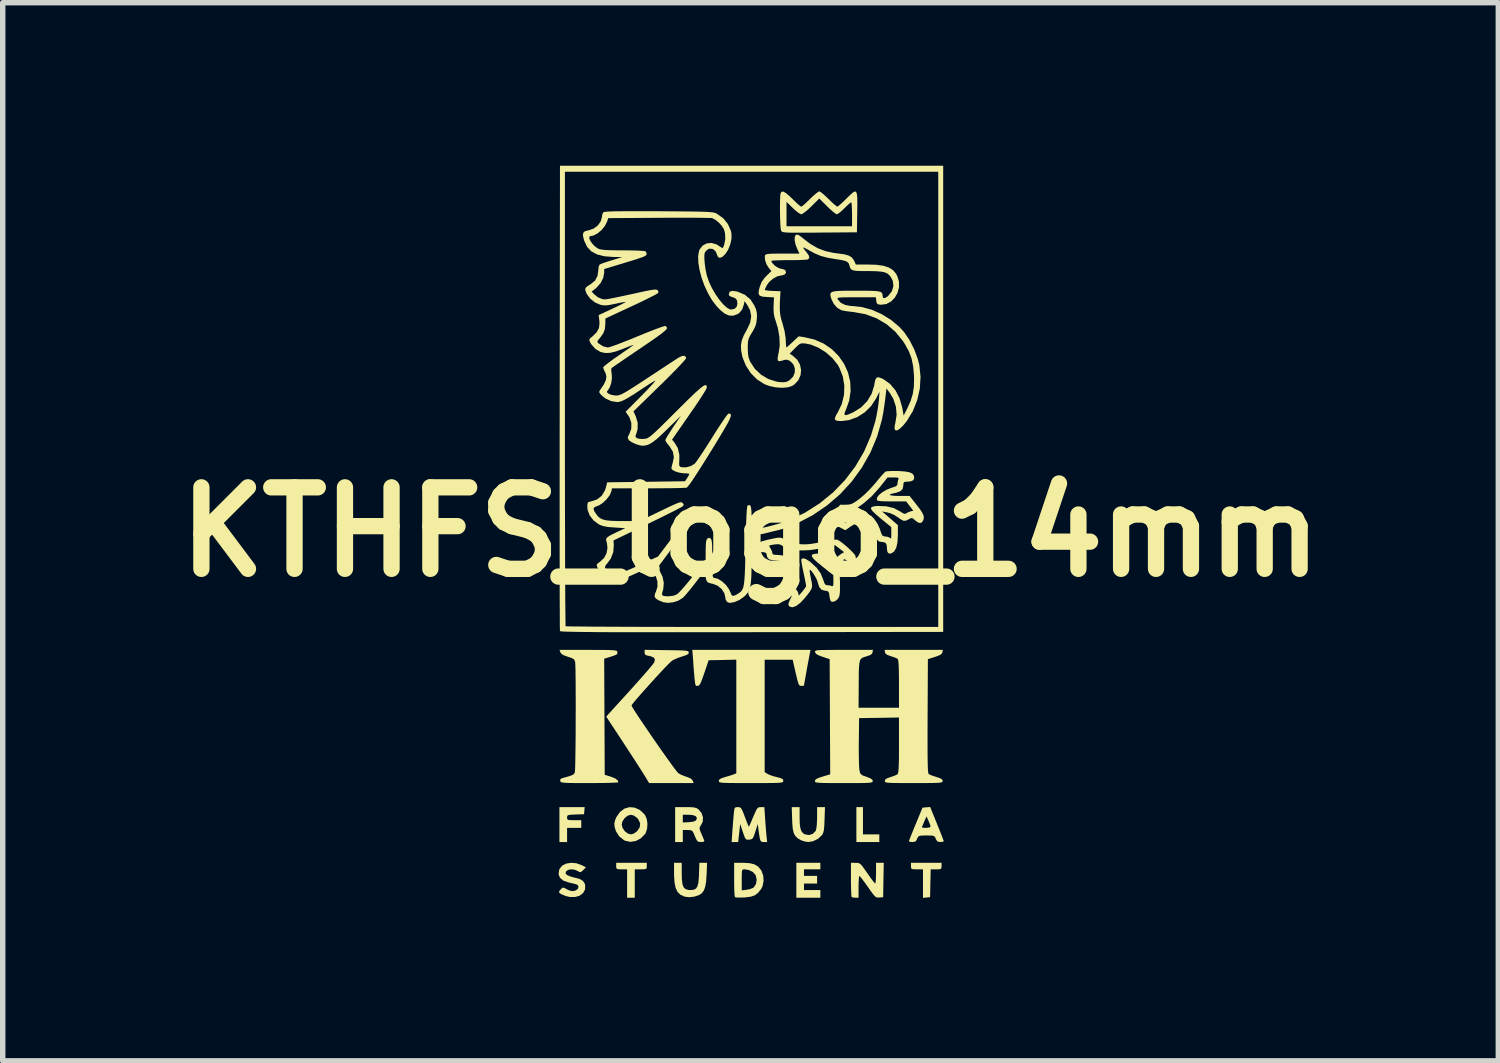
<source format=kicad_pcb>
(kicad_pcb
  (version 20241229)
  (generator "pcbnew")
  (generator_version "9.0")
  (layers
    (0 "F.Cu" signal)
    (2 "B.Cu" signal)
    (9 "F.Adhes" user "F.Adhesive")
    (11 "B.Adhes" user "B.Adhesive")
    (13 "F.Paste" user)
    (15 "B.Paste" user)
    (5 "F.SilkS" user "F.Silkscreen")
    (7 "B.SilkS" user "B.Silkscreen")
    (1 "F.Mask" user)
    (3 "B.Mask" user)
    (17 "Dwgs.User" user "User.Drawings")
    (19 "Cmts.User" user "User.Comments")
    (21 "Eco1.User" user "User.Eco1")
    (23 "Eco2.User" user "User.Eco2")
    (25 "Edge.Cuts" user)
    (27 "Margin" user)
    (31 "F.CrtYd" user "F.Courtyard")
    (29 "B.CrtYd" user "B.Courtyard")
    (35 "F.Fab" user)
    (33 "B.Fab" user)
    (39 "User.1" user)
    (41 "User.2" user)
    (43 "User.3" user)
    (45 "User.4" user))
  (footprint "KTHFS_logo_14mm"
    (layer "F.Cu")
    (at 10.764 6.742)
    (property "Reference" "KTHFS_logo_14mm" (at 0 0 0) (layer "F.SilkS") (effects (font (size 1.5 1.5) (thickness 0.3))))
    (attr board_only exclude_from_pos_files exclude_from_bom)
    (fp_poly (pts (xy 2.07 5.315) (xy 2.07 5.566) (xy 2.22 5.566) (xy 2.371 5.566) (xy 2.371 5.637) (xy 2.371 5.707) (xy 2.16 5.707) (xy 1.949 5.707) (xy 1.949 5.385) (xy 1.949 5.064) (xy 2.009 5.064) (xy 2.07 5.064)) (stroke (width 0) (type solid)) (fill yes) (layer "F.SilkS"))
    (fp_poly (pts (xy -1.909 6.149) (xy -1.911 6.184) (xy -1.923 6.201) (xy -1.955 6.208) (xy -2.018 6.209) (xy -2.02 6.209) (xy -2.13 6.209) (xy -2.13 6.471) (xy -2.13 6.732) (xy -2.2 6.732) (xy -2.271 6.732) (xy -2.271 6.471) (xy -2.271 6.209) (xy -2.371 6.209) (xy -2.431 6.208) (xy -2.46 6.2) (xy -2.471 6.179) (xy -2.472 6.149) (xy -2.472 6.089) (xy -2.19 6.089) (xy -1.909 6.089)) (stroke (width 0) (type solid)) (fill yes) (layer "F.SilkS"))
    (fp_poly (pts (xy 3.517 6.149) (xy 3.514 6.185) (xy 3.501 6.203) (xy 3.465 6.209) (xy 3.417 6.209) (xy 3.317 6.209) (xy 3.311 6.466) (xy 3.306 6.722) (xy 3.24 6.728) (xy 3.175 6.734) (xy 3.175 6.472) (xy 3.175 6.209) (xy 3.064 6.209) (xy 3.001 6.208) (xy 2.968 6.202) (xy 2.956 6.184) (xy 2.954 6.15) (xy 2.954 6.149) (xy 2.954 6.089) (xy 3.235 6.089) (xy 3.517 6.089)) (stroke (width 0) (type solid)) (fill yes) (layer "F.SilkS"))
    (fp_poly (pts (xy 1.286 6.149) (xy 1.286 6.209) (xy 1.135 6.209) (xy 0.985 6.209) (xy 0.985 6.27) (xy 0.985 6.33) (xy 1.105 6.33) (xy 1.226 6.33) (xy 1.226 6.4) (xy 1.226 6.471) (xy 1.105 6.471) (xy 0.985 6.471) (xy 0.985 6.531) (xy 0.985 6.591) (xy 1.135 6.591) (xy 1.286 6.591) (xy 1.286 6.661) (xy 1.286 6.732) (xy 1.065 6.732) (xy 0.844 6.732) (xy 0.844 6.41) (xy 0.844 6.089) (xy 1.065 6.089) (xy 1.286 6.089)) (stroke (width 0) (type solid)) (fill yes) (layer "F.SilkS"))
    (fp_poly (pts (xy -3.058 5.129) (xy -3.064 5.195) (xy -3.22 5.2) (xy -3.298 5.204) (xy -3.345 5.21) (xy -3.368 5.22) (xy -3.375 5.238) (xy -3.376 5.256) (xy -3.374 5.282) (xy -3.36 5.297) (xy -3.327 5.303) (xy -3.265 5.305) (xy -3.245 5.305) (xy -3.115 5.305) (xy -3.115 5.375) (xy -3.115 5.446) (xy -3.245 5.446) (xy -3.376 5.446) (xy -3.376 5.576) (xy -3.376 5.707) (xy -3.446 5.707) (xy -3.517 5.707) (xy -3.517 5.385) (xy -3.517 5.064) (xy -3.284 5.064) (xy -3.052 5.064)) (stroke (width 0) (type solid)) (fill yes) (layer "F.SilkS"))
    (fp_poly (pts (xy -1.266 6.281) (xy -1.263 6.401) (xy -1.251 6.486) (xy -1.229 6.543) (xy -1.192 6.575) (xy -1.139 6.589) (xy -1.103 6.591) (xy -1.045 6.585) (xy -1.004 6.564) (xy -0.976 6.521) (xy -0.959 6.452) (xy -0.95 6.35) (xy -0.948 6.298) (xy -0.941 6.089) (xy -0.87 6.089) (xy -0.799 6.089) (xy -0.808 6.305) (xy -0.817 6.435) (xy -0.834 6.532) (xy -0.86 6.602) (xy -0.898 6.651) (xy -0.943 6.681) (xy -1.029 6.711) (xy -1.124 6.723) (xy -1.208 6.713) (xy -1.213 6.712) (xy -1.288 6.678) (xy -1.342 6.626) (xy -1.378 6.551) (xy -1.399 6.447) (xy -1.407 6.311) (xy -1.407 6.29) (xy -1.407 6.089) (xy -1.336 6.089) (xy -1.266 6.089)) (stroke (width 0) (type solid)) (fill yes) (layer "F.SilkS"))
    (fp_poly (pts (xy 0.904 5.254) (xy 0.907 5.37) (xy 0.918 5.454) (xy 0.939 5.51) (xy 0.971 5.548) (xy 1.007 5.567) (xy 1.079 5.578) (xy 1.147 5.556) (xy 1.197 5.506) (xy 1.203 5.494) (xy 1.213 5.452) (xy 1.221 5.382) (xy 1.225 5.296) (xy 1.226 5.254) (xy 1.226 5.064) (xy 1.298 5.064) (xy 1.371 5.064) (xy 1.363 5.294) (xy 1.359 5.398) (xy 1.353 5.472) (xy 1.343 5.522) (xy 1.329 5.558) (xy 1.315 5.58) (xy 1.244 5.647) (xy 1.152 5.692) (xy 1.065 5.707) (xy 0.998 5.697) (xy 0.93 5.674) (xy 0.926 5.672) (xy 0.866 5.636) (xy 0.824 5.594) (xy 0.796 5.54) (xy 0.778 5.464) (xy 0.769 5.36) (xy 0.767 5.294) (xy 0.759 5.064) (xy 0.832 5.064) (xy 0.904 5.064)) (stroke (width 0) (type solid)) (fill yes) (layer "F.SilkS"))
    (fp_poly (pts (xy -2.133 5.073) (xy -2.039 5.115) (xy -1.954 5.194) (xy -1.941 5.211) (xy -1.91 5.281) (xy -1.897 5.369) (xy -1.903 5.461) (xy -1.928 5.538) (xy -1.94 5.559) (xy -2.021 5.64) (xy -2.114 5.689) (xy -2.213 5.704) (xy -2.31 5.682) (xy -2.331 5.671) (xy -2.417 5.602) (xy -2.477 5.508) (xy -2.502 5.425) (xy -2.504 5.385) (xy -2.371 5.385) (xy -2.354 5.449) (xy -2.312 5.509) (xy -2.255 5.552) (xy -2.2 5.566) (xy -2.145 5.55) (xy -2.088 5.508) (xy -2.039 5.437) (xy -2.031 5.365) (xy -2.062 5.294) (xy -2.088 5.263) (xy -2.146 5.22) (xy -2.2 5.205) (xy -2.261 5.222) (xy -2.317 5.267) (xy -2.357 5.328) (xy -2.371 5.385) (xy -2.504 5.385) (xy -2.506 5.36) (xy -2.49 5.298) (xy -2.469 5.249) (xy -2.403 5.154) (xy -2.321 5.092) (xy -2.229 5.065)) (stroke (width 0) (type solid)) (fill yes) (layer "F.SilkS"))
    (fp_poly (pts (xy -0.136 6.089) (xy -0.016 6.096) (xy 0.073 6.118) (xy 0.14 6.159) (xy 0.194 6.223) (xy 0.201 6.234) (xy 0.234 6.322) (xy 0.241 6.421) (xy 0.223 6.517) (xy 0.196 6.571) (xy 0.14 6.641) (xy 0.081 6.687) (xy 0.006 6.713) (xy -0.095 6.726) (xy -0.115 6.727) (xy -0.191 6.729) (xy -0.251 6.728) (xy -0.284 6.722) (xy -0.286 6.72) (xy -0.292 6.696) (xy -0.296 6.639) (xy -0.298 6.596) (xy -0.161 6.596) (xy -0.07 6.586) (xy -0.005 6.572) (xy 0.049 6.549) (xy 0.061 6.541) (xy 0.101 6.479) (xy 0.114 6.402) (xy 0.098 6.325) (xy 0.093 6.314) (xy 0.043 6.258) (xy -0.033 6.221) (xy -0.114 6.209) (xy -0.135 6.211) (xy -0.149 6.221) (xy -0.157 6.247) (xy -0.16 6.296) (xy -0.161 6.375) (xy -0.161 6.403) (xy -0.161 6.596) (xy -0.298 6.596) (xy -0.299 6.556) (xy -0.301 6.455) (xy -0.301 6.397) (xy -0.301 6.089)) (stroke (width 0) (type solid)) (fill yes) (layer "F.SilkS"))
    (fp_poly (pts (xy 2.447 6.405) (xy 2.442 6.722) (xy 2.371 6.728) (xy 2.34 6.729) (xy 2.315 6.723) (xy 2.289 6.704) (xy 2.257 6.667) (xy 2.212 6.607) (xy 2.16 6.532) (xy 2.105 6.455) (xy 2.057 6.391) (xy 2.022 6.348) (xy 2.005 6.331) (xy 2.004 6.331) (xy 1.998 6.349) (xy 1.993 6.399) (xy 1.99 6.472) (xy 1.989 6.531) (xy 1.989 6.732) (xy 1.932 6.732) (xy 1.886 6.728) (xy 1.862 6.718) (xy 1.857 6.695) (xy 1.854 6.638) (xy 1.851 6.556) (xy 1.849 6.455) (xy 1.849 6.397) (xy 1.849 6.089) (xy 1.934 6.09) (xy 1.972 6.091) (xy 2.001 6.098) (xy 2.028 6.117) (xy 2.059 6.152) (xy 2.102 6.211) (xy 2.15 6.28) (xy 2.203 6.356) (xy 2.248 6.417) (xy 2.281 6.457) (xy 2.296 6.47) (xy 2.302 6.452) (xy 2.307 6.402) (xy 2.31 6.329) (xy 2.311 6.28) (xy 2.311 6.089) (xy 2.382 6.089) (xy 2.453 6.089)) (stroke (width 0) (type solid)) (fill yes) (layer "F.SilkS"))
    (fp_poly (pts (xy -1.105 5.065) (xy -1.041 5.07) (xy -0.998 5.081) (xy -0.966 5.099) (xy -0.959 5.104) (xy -0.902 5.171) (xy -0.875 5.251) (xy -0.879 5.333) (xy -0.916 5.406) (xy -0.92 5.41) (xy -0.935 5.434) (xy -0.937 5.462) (xy -0.924 5.506) (xy -0.905 5.551) (xy -0.879 5.613) (xy -0.858 5.663) (xy -0.85 5.682) (xy -0.857 5.7) (xy -0.901 5.707) (xy -0.91 5.707) (xy -0.95 5.704) (xy -0.977 5.69) (xy -0.999 5.656) (xy -1.025 5.596) (xy -1.051 5.535) (xy -1.073 5.502) (xy -1.101 5.489) (xy -1.145 5.486) (xy -1.158 5.486) (xy -1.246 5.486) (xy -1.246 5.596) (xy -1.246 5.707) (xy -1.316 5.707) (xy -1.387 5.707) (xy -1.387 5.385) (xy -1.387 5.205) (xy -1.246 5.205) (xy -1.246 5.276) (xy -1.246 5.347) (xy -1.132 5.341) (xy -1.053 5.332) (xy -1.008 5.313) (xy -0.998 5.302) (xy -0.987 5.259) (xy -1.013 5.228) (xy -1.073 5.209) (xy -1.138 5.205) (xy -1.246 5.205) (xy -1.387 5.205) (xy -1.387 5.064) (xy -1.198 5.064)) (stroke (width 0) (type solid)) (fill yes) (layer "F.SilkS"))
    (fp_poly (pts (xy 3.432 5.369) (xy 3.474 5.473) (xy 3.51 5.564) (xy 3.537 5.635) (xy 3.553 5.679) (xy 3.557 5.692) (xy 3.539 5.702) (xy 3.497 5.707) (xy 3.495 5.707) (xy 3.447 5.699) (xy 3.419 5.667) (xy 3.41 5.647) (xy 3.397 5.616) (xy 3.379 5.598) (xy 3.347 5.589) (xy 3.291 5.587) (xy 3.239 5.586) (xy 3.163 5.587) (xy 3.117 5.592) (xy 3.092 5.603) (xy 3.077 5.625) (xy 3.068 5.647) (xy 3.045 5.69) (xy 3.007 5.706) (xy 2.98 5.707) (xy 2.935 5.703) (xy 2.915 5.693) (xy 2.915 5.692) (xy 2.923 5.669) (xy 2.944 5.616) (xy 2.975 5.539) (xy 3.013 5.444) (xy 3.016 5.437) (xy 3.155 5.437) (xy 3.173 5.443) (xy 3.217 5.446) (xy 3.235 5.446) (xy 3.292 5.44) (xy 3.314 5.423) (xy 3.314 5.421) (xy 3.305 5.388) (xy 3.285 5.336) (xy 3.276 5.315) (xy 3.24 5.235) (xy 3.197 5.332) (xy 3.174 5.388) (xy 3.158 5.427) (xy 3.155 5.437) (xy 3.016 5.437) (xy 3.042 5.375) (xy 3.166 5.074) (xy 3.237 5.068) (xy 3.307 5.062)) (stroke (width 0) (type solid)) (fill yes) (layer "F.SilkS"))
    (fp_poly (pts (xy -3.206 6.097) (xy -3.111 6.131) (xy -3.029 6.173) (xy -3.08 6.224) (xy -3.116 6.256) (xy -3.141 6.262) (xy -3.173 6.245) (xy -3.177 6.242) (xy -3.236 6.216) (xy -3.301 6.209) (xy -3.359 6.22) (xy -3.395 6.248) (xy -3.396 6.249) (xy -3.405 6.283) (xy -3.383 6.309) (xy -3.371 6.317) (xy -3.321 6.339) (xy -3.256 6.358) (xy -3.246 6.36) (xy -3.148 6.385) (xy -3.084 6.422) (xy -3.05 6.475) (xy -3.043 6.501) (xy -3.045 6.58) (xy -3.08 6.645) (xy -3.142 6.693) (xy -3.223 6.718) (xy -3.319 6.719) (xy -3.392 6.703) (xy -3.452 6.68) (xy -3.498 6.657) (xy -3.508 6.65) (xy -3.525 6.629) (xy -3.517 6.605) (xy -3.495 6.58) (xy -3.465 6.551) (xy -3.441 6.545) (xy -3.406 6.562) (xy -3.389 6.573) (xy -3.331 6.599) (xy -3.275 6.611) (xy -3.272 6.611) (xy -3.218 6.599) (xy -3.179 6.57) (xy -3.165 6.532) (xy -3.168 6.521) (xy -3.176 6.505) (xy -3.191 6.493) (xy -3.222 6.481) (xy -3.277 6.467) (xy -3.351 6.45) (xy -3.447 6.416) (xy -3.508 6.364) (xy -3.533 6.298) (xy -3.521 6.218) (xy -3.513 6.199) (xy -3.466 6.141) (xy -3.393 6.104) (xy -3.303 6.089)) (stroke (width 0) (type solid)) (fill yes) (layer "F.SilkS"))
    (fp_poly (pts (xy 0.269 5.27) (xy 0.276 5.373) (xy 0.284 5.475) (xy 0.291 5.561) (xy 0.294 5.591) (xy 0.307 5.707) (xy 0.245 5.707) (xy 0.216 5.706) (xy 0.195 5.697) (xy 0.181 5.674) (xy 0.169 5.629) (xy 0.158 5.557) (xy 0.148 5.486) (xy 0.134 5.375) (xy 0.089 5.516) (xy 0.065 5.589) (xy 0.046 5.631) (xy 0.025 5.652) (xy -0.004 5.661) (xy -0.024 5.663) (xy -0.058 5.664) (xy -0.082 5.657) (xy -0.1 5.632) (xy -0.12 5.583) (xy -0.141 5.522) (xy -0.19 5.375) (xy -0.208 5.541) (xy -0.227 5.707) (xy -0.287 5.707) (xy -0.347 5.707) (xy -0.334 5.511) (xy -0.326 5.408) (xy -0.318 5.303) (xy -0.31 5.214) (xy -0.308 5.19) (xy -0.301 5.121) (xy -0.291 5.084) (xy -0.275 5.068) (xy -0.246 5.064) (xy -0.233 5.064) (xy -0.204 5.066) (xy -0.182 5.077) (xy -0.162 5.103) (xy -0.139 5.151) (xy -0.109 5.229) (xy -0.103 5.245) (xy -0.074 5.322) (xy -0.05 5.383) (xy -0.034 5.419) (xy -0.031 5.426) (xy -0.021 5.408) (xy -0.00009 5.362) (xy 0.029 5.294) (xy 0.05 5.245) (xy 0.086 5.162) (xy 0.111 5.109) (xy 0.133 5.08) (xy 0.155 5.067) (xy 0.184 5.064) (xy 0.191 5.064) (xy 0.255 5.064)) (stroke (width 0) (type solid)) (fill yes) (layer "F.SilkS"))
    (fp_poly (pts (xy -2.821 2.171) (xy -2.695 2.171) (xy -2.601 2.173) (xy -2.534 2.176) (xy -2.49 2.181) (xy -2.464 2.187) (xy -2.453 2.195) (xy -2.452 2.2) (xy -2.451 2.236) (xy -2.45 2.244) (xy -2.468 2.257) (xy -2.513 2.276) (xy -2.571 2.295) (xy -2.693 2.333) (xy -2.688 3.401) (xy -2.683 4.47) (xy -2.576 4.502) (xy -2.49 4.536) (xy -2.443 4.574) (xy -2.432 4.607) (xy -2.451 4.611) (xy -2.505 4.614) (xy -2.589 4.617) (xy -2.697 4.62) (xy -2.825 4.621) (xy -2.962 4.622) (xy -3.121 4.622) (xy -3.245 4.621) (xy -3.338 4.62) (xy -3.405 4.617) (xy -3.45 4.613) (xy -3.478 4.608) (xy -3.493 4.6) (xy -3.5 4.589) (xy -3.502 4.582) (xy -3.502 4.555) (xy -3.479 4.536) (xy -3.429 4.521) (xy -3.343 4.497) (xy -3.288 4.478) (xy -3.256 4.46) (xy -3.239 4.437) (xy -3.233 4.419) (xy -3.23 4.389) (xy -3.227 4.323) (xy -3.225 4.227) (xy -3.223 4.105) (xy -3.221 3.962) (xy -3.219 3.804) (xy -3.218 3.634) (xy -3.218 3.458) (xy -3.217 3.28) (xy -3.217 3.106) (xy -3.218 2.941) (xy -3.218 2.788) (xy -3.22 2.654) (xy -3.221 2.542) (xy -3.224 2.458) (xy -3.226 2.407) (xy -3.228 2.395) (xy -3.239 2.359) (xy -3.261 2.335) (xy -3.305 2.315) (xy -3.361 2.297) (xy -3.438 2.269) (xy -3.482 2.241) (xy -3.499 2.215) (xy -3.515 2.17) (xy -2.983 2.17)) (stroke (width 0) (type solid)) (fill yes) (layer "F.SilkS"))
    (fp_poly (pts (xy -1.542 2.175) (xy -1.405 2.177) (xy -1.302 2.179) (xy -1.229 2.182) (xy -1.182 2.187) (xy -1.153 2.193) (xy -1.14 2.202) (xy -1.136 2.214) (xy -1.135 2.219) (xy -1.144 2.243) (xy -1.177 2.264) (xy -1.24 2.286) (xy -1.26 2.292) (xy -1.338 2.318) (xy -1.408 2.349) (xy -1.446 2.371) (xy -1.476 2.397) (xy -1.526 2.447) (xy -1.592 2.515) (xy -1.669 2.598) (xy -1.754 2.69) (xy -1.842 2.787) (xy -1.928 2.883) (xy -2.009 2.974) (xy -2.08 3.055) (xy -2.137 3.122) (xy -2.175 3.17) (xy -2.19 3.193) (xy -2.19 3.194) (xy -2.179 3.217) (xy -2.148 3.269) (xy -2.099 3.345) (xy -2.037 3.439) (xy -1.963 3.548) (xy -1.882 3.667) (xy -1.797 3.792) (xy -1.71 3.917) (xy -1.625 4.039) (xy -1.544 4.152) (xy -1.472 4.253) (xy -1.411 4.337) (xy -1.364 4.398) (xy -1.335 4.434) (xy -1.329 4.439) (xy -1.277 4.468) (xy -1.208 4.496) (xy -1.177 4.506) (xy -1.102 4.536) (xy -1.065 4.573) (xy -1.062 4.578) (xy -1.046 4.622) (xy -1.456 4.622) (xy -1.866 4.622) (xy -1.942 4.496) (xy -1.973 4.446) (xy -2.022 4.369) (xy -2.086 4.269) (xy -2.161 4.153) (xy -2.244 4.026) (xy -2.33 3.894) (xy -2.336 3.884) (xy -2.656 3.398) (xy -2.23 2.93) (xy -2.124 2.812) (xy -2.026 2.702) (xy -1.939 2.603) (xy -1.867 2.519) (xy -1.813 2.455) (xy -1.782 2.414) (xy -1.775 2.405) (xy -1.759 2.352) (xy -1.775 2.315) (xy -1.828 2.29) (xy -1.87 2.281) (xy -1.922 2.268) (xy -1.945 2.248) (xy -1.949 2.218) (xy -1.949 2.169)) (stroke (width 0) (type solid)) (fill yes) (layer "F.SilkS"))
    (fp_poly (pts (xy 3.547 -2.452) (xy 3.547 1.839) (xy 0.025 1.844) (xy -0.432 1.844) (xy -0.851 1.845) (xy -1.232 1.845) (xy -1.577 1.845) (xy -1.888 1.845) (xy -2.167 1.845) (xy -2.414 1.844) (xy -2.632 1.844) (xy -2.821 1.843) (xy -2.984 1.841) (xy -3.122 1.84) (xy -3.236 1.838) (xy -3.327 1.836) (xy -3.399 1.834) (xy -3.451 1.832) (xy -3.485 1.829) (xy -3.503 1.826) (xy -3.507 1.824) (xy -3.508 1.801) (xy -3.509 1.741) (xy -3.51 1.644) (xy -3.51 1.512) (xy -3.511 1.348) (xy -3.512 1.152) (xy -3.512 0.928) (xy -3.512 0.677) (xy -3.513 0.4) (xy -3.513 0.1) (xy -3.513 -0.222) (xy -3.513 -0.564) (xy -3.513 -0.923) (xy -3.513 -1.299) (xy -3.513 -1.688) (xy -3.512 -2.09) (xy -3.512 -2.472) (xy -3.507 -6.631) (xy -3.416 -6.631) (xy -3.416 -2.455) (xy -3.416 -2.048) (xy -3.416 -1.652) (xy -3.416 -1.268) (xy -3.415 -0.899) (xy -3.415 -0.546) (xy -3.414 -0.212) (xy -3.413 0.103) (xy -3.413 0.396) (xy -3.412 0.665) (xy -3.411 0.908) (xy -3.41 1.123) (xy -3.409 1.31) (xy -3.407 1.465) (xy -3.406 1.586) (xy -3.405 1.673) (xy -3.404 1.723) (xy -3.403 1.735) (xy -3.382 1.736) (xy -3.322 1.738) (xy -3.227 1.739) (xy -3.097 1.74) (xy -2.936 1.742) (xy -2.745 1.743) (xy -2.526 1.744) (xy -2.282 1.745) (xy -2.014 1.746) (xy -1.724 1.746) (xy -1.415 1.747) (xy -1.088 1.748) (xy -0.746 1.748) (xy -0.391 1.748) (xy -0.025 1.748) (xy 0.033 1.748) (xy 3.456 1.748) (xy 3.456 -2.442) (xy 3.456 -6.631) (xy 0.02 -6.631) (xy -3.416 -6.631) (xy -3.507 -6.631) (xy -3.507 -6.742) (xy 0.02 -6.742) (xy 3.547 -6.742)) (stroke (width 0) (type solid)) (fill yes) (layer "F.SilkS"))
    (fp_poly (pts (xy 1.096 2.215) (xy 1.089 2.248) (xy 1.078 2.31) (xy 1.062 2.391) (xy 1.045 2.484) (xy 1.028 2.58) (xy 1.012 2.671) (xy 0.998 2.748) (xy 0.988 2.802) (xy 0.985 2.826) (xy 0.985 2.827) (xy 0.967 2.832) (xy 0.936 2.833) (xy 0.915 2.831) (xy 0.898 2.82) (xy 0.884 2.793) (xy 0.868 2.744) (xy 0.849 2.667) (xy 0.831 2.592) (xy 0.776 2.351) (xy 0.519 2.351) (xy 0.261 2.351) (xy 0.261 3.386) (xy 0.261 4.42) (xy 0.306 4.449) (xy 0.354 4.472) (xy 0.419 4.495) (xy 0.442 4.501) (xy 0.521 4.521) (xy 0.569 4.536) (xy 0.593 4.55) (xy 0.602 4.566) (xy 0.603 4.583) (xy 0.601 4.594) (xy 0.594 4.603) (xy 0.577 4.61) (xy 0.546 4.614) (xy 0.496 4.618) (xy 0.423 4.62) (xy 0.323 4.621) (xy 0.192 4.622) (xy 0.025 4.622) (xy 0.01 4.622) (xy -0.16 4.622) (xy -0.293 4.621) (xy -0.396 4.62) (xy -0.47 4.618) (xy -0.522 4.615) (xy -0.555 4.61) (xy -0.573 4.604) (xy -0.581 4.595) (xy -0.583 4.584) (xy -0.583 4.582) (xy -0.574 4.557) (xy -0.543 4.536) (xy -0.481 4.515) (xy -0.467 4.511) (xy -0.396 4.49) (xy -0.335 4.471) (xy -0.306 4.46) (xy -0.261 4.442) (xy -0.261 3.396) (xy -0.261 2.35) (xy -0.516 2.356) (xy -0.77 2.361) (xy -0.842 2.573) (xy -0.878 2.677) (xy -0.905 2.749) (xy -0.926 2.795) (xy -0.944 2.82) (xy -0.962 2.831) (xy -0.983 2.833) (xy -0.995 2.833) (xy -1.005 2.828) (xy -1.012 2.815) (xy -1.019 2.788) (xy -1.025 2.743) (xy -1.032 2.675) (xy -1.04 2.58) (xy -1.05 2.453) (xy -1.057 2.346) (xy -1.071 2.17) (xy 0.018 2.17) (xy 1.106 2.17)) (stroke (width 0) (type solid)) (fill yes) (layer "F.SilkS"))
    (fp_poly (pts (xy 1.293 -6.256) (xy 1.339 -6.22) (xy 1.398 -6.166) (xy 1.437 -6.129) (xy 1.498 -6.069) (xy 1.551 -6.022) (xy 1.587 -5.994) (xy 1.598 -5.988) (xy 1.62 -6.002) (xy 1.663 -6.038) (xy 1.72 -6.091) (xy 1.758 -6.129) (xy 1.827 -6.197) (xy 1.879 -6.244) (xy 1.917 -6.267) (xy 1.942 -6.262) (xy 1.957 -6.229) (xy 1.965 -6.163) (xy 1.967 -6.063) (xy 1.965 -5.925) (xy 1.965 -5.893) (xy 1.959 -5.516) (xy 1.272 -5.511) (xy 1.087 -5.509) (xy 0.939 -5.509) (xy 0.823 -5.509) (xy 0.735 -5.51) (xy 0.67 -5.512) (xy 0.625 -5.516) (xy 0.596 -5.521) (xy 0.579 -5.528) (xy 0.569 -5.536) (xy 0.564 -5.545) (xy 0.557 -5.577) (xy 0.552 -5.627) (xy 0.663 -5.627) (xy 1.266 -5.627) (xy 1.869 -5.627) (xy 1.869 -5.848) (xy 1.867 -5.936) (xy 1.864 -6.008) (xy 1.859 -6.055) (xy 1.853 -6.069) (xy 1.832 -6.055) (xy 1.792 -6.02) (xy 1.74 -5.97) (xy 1.728 -5.958) (xy 1.672 -5.905) (xy 1.624 -5.866) (xy 1.592 -5.848) (xy 1.589 -5.848) (xy 1.562 -5.861) (xy 1.516 -5.897) (xy 1.456 -5.95) (xy 1.412 -5.993) (xy 1.266 -6.138) (xy 1.12 -5.993) (xy 1.054 -5.931) (xy 0.995 -5.883) (xy 0.951 -5.853) (xy 0.935 -5.848) (xy 0.903 -5.861) (xy 0.853 -5.897) (xy 0.794 -5.948) (xy 0.779 -5.963) (xy 0.663 -6.077) (xy 0.663 -5.852) (xy 0.663 -5.627) (xy 0.552 -5.627) (xy 0.551 -5.641) (xy 0.547 -5.727) (xy 0.544 -5.828) (xy 0.542 -5.934) (xy 0.543 -6.036) (xy 0.545 -6.126) (xy 0.548 -6.196) (xy 0.554 -6.236) (xy 0.555 -6.238) (xy 0.575 -6.264) (xy 0.608 -6.264) (xy 0.657 -6.235) (xy 0.725 -6.176) (xy 0.774 -6.129) (xy 0.835 -6.069) (xy 0.887 -6.022) (xy 0.923 -5.994) (xy 0.934 -5.988) (xy 0.957 -6.002) (xy 1 -6.038) (xy 1.056 -6.091) (xy 1.095 -6.129) (xy 1.158 -6.189) (xy 1.213 -6.236) (xy 1.253 -6.265) (xy 1.266 -6.27)) (stroke (width 0) (type solid)) (fill yes) (layer "F.SilkS"))
    (fp_poly (pts (xy 2.247 2.215) (xy 2.234 2.244) (xy 2.199 2.267) (xy 2.133 2.29) (xy 2.13 2.291) (xy 2.089 2.303) (xy 2.057 2.317) (xy 2.033 2.336) (xy 2.016 2.366) (xy 2.005 2.413) (xy 1.998 2.48) (xy 1.994 2.573) (xy 1.993 2.697) (xy 1.992 2.838) (xy 1.989 3.235) (xy 2.361 3.235) (xy 2.733 3.235) (xy 2.733 2.796) (xy 2.732 2.64) (xy 2.73 2.52) (xy 2.726 2.434) (xy 2.721 2.376) (xy 2.713 2.344) (xy 2.708 2.335) (xy 2.675 2.318) (xy 2.618 2.297) (xy 2.582 2.286) (xy 2.517 2.262) (xy 2.484 2.237) (xy 2.475 2.213) (xy 2.469 2.17) (xy 3.004 2.17) (xy 3.54 2.17) (xy 3.533 2.214) (xy 3.52 2.241) (xy 3.486 2.265) (xy 3.423 2.29) (xy 3.396 2.299) (xy 3.265 2.341) (xy 3.26 3.388) (xy 3.259 3.631) (xy 3.259 3.836) (xy 3.259 4.006) (xy 3.26 4.145) (xy 3.262 4.254) (xy 3.264 4.336) (xy 3.268 4.395) (xy 3.272 4.433) (xy 3.278 4.453) (xy 3.28 4.456) (xy 3.313 4.472) (xy 3.37 4.493) (xy 3.421 4.509) (xy 3.489 4.532) (xy 3.525 4.553) (xy 3.537 4.578) (xy 3.537 4.582) (xy 3.535 4.594) (xy 3.528 4.603) (xy 3.511 4.61) (xy 3.478 4.615) (xy 3.427 4.618) (xy 3.352 4.62) (xy 3.248 4.621) (xy 3.112 4.622) (xy 3.004 4.622) (xy 2.844 4.622) (xy 2.72 4.621) (xy 2.627 4.62) (xy 2.561 4.617) (xy 2.516 4.614) (xy 2.49 4.608) (xy 2.477 4.6) (xy 2.472 4.59) (xy 2.472 4.582) (xy 2.482 4.555) (xy 2.518 4.532) (xy 2.575 4.512) (xy 2.639 4.491) (xy 2.689 4.469) (xy 2.705 4.459) (xy 2.714 4.444) (xy 2.721 4.413) (xy 2.726 4.362) (xy 2.729 4.286) (xy 2.732 4.182) (xy 2.733 4.044) (xy 2.733 3.926) (xy 2.733 3.415) (xy 2.366 3.421) (xy 1.999 3.426) (xy 1.994 3.854) (xy 1.993 3.987) (xy 1.994 4.113) (xy 1.996 4.223) (xy 1.999 4.31) (xy 2.003 4.367) (xy 2.004 4.374) (xy 2.015 4.427) (xy 2.031 4.458) (xy 2.062 4.48) (xy 2.12 4.501) (xy 2.135 4.506) (xy 2.204 4.533) (xy 2.24 4.557) (xy 2.251 4.583) (xy 2.249 4.595) (xy 2.241 4.604) (xy 2.223 4.611) (xy 2.189 4.615) (xy 2.135 4.619) (xy 2.058 4.621) (xy 1.951 4.621) (xy 1.812 4.622) (xy 1.718 4.622) (xy 1.558 4.622) (xy 1.434 4.621) (xy 1.341 4.62) (xy 1.274 4.617) (xy 1.23 4.613) (xy 1.204 4.608) (xy 1.19 4.6) (xy 1.186 4.59) (xy 1.186 4.584) (xy 1.194 4.56) (xy 1.225 4.539) (xy 1.286 4.515) (xy 1.326 4.503) (xy 1.467 4.46) (xy 1.462 3.4) (xy 1.457 2.341) (xy 1.326 2.297) (xy 1.251 2.269) (xy 1.208 2.244) (xy 1.19 2.217) (xy 1.189 2.212) (xy 1.188 2.2) (xy 1.192 2.19) (xy 1.206 2.183) (xy 1.234 2.177) (xy 1.281 2.174) (xy 1.351 2.172) (xy 1.448 2.171) (xy 1.577 2.17) (xy 1.718 2.17) (xy 2.253 2.17)) (stroke (width 0) (type solid)) (fill yes) (layer "F.SilkS"))
    (fp_poly (pts (xy 2.722 -1.122) (xy 2.841 -1.114) (xy 2.925 -1.099) (xy 2.979 -1.075) (xy 3.007 -1.038) (xy 3.014 -0.994) (xy 2.999 -0.955) (xy 2.951 -0.932) (xy 2.869 -0.925) (xy 2.831 -0.92) (xy 2.816 -0.898) (xy 2.813 -0.854) (xy 2.801 -0.794) (xy 2.759 -0.751) (xy 2.685 -0.723) (xy 2.648 -0.715) (xy 2.586 -0.701) (xy 2.562 -0.687) (xy 2.575 -0.676) (xy 2.622 -0.668) (xy 2.702 -0.663) (xy 2.739 -0.663) (xy 2.928 -0.663) (xy 3.052 -0.507) (xy 3.121 -0.417) (xy 3.165 -0.348) (xy 3.188 -0.295) (xy 3.19 -0.25) (xy 3.178 -0.21) (xy 3.145 -0.169) (xy 3.1 -0.167) (xy 3.043 -0.203) (xy 3.03 -0.215) (xy 2.992 -0.249) (xy 2.964 -0.258) (xy 2.931 -0.244) (xy 2.915 -0.235) (xy 2.86 -0.208) (xy 2.816 -0.206) (xy 2.768 -0.231) (xy 2.745 -0.248) (xy 2.654 -0.309) (xy 2.571 -0.346) (xy 2.502 -0.363) (xy 2.422 -0.378) (xy 2.484 -0.325) (xy 2.537 -0.279) (xy 2.6 -0.224) (xy 2.629 -0.199) (xy 2.713 -0.126) (xy 2.713 0.048) (xy 2.706 0.186) (xy 2.684 0.288) (xy 2.647 0.355) (xy 2.615 0.38) (xy 2.581 0.397) (xy 2.568 0.4) (xy 2.547 0.392) (xy 2.537 0.389) (xy 2.52 0.364) (xy 2.512 0.315) (xy 2.512 0.305) (xy 2.506 0.237) (xy 2.485 0.2) (xy 2.444 0.186) (xy 2.427 0.186) (xy 2.363 0.174) (xy 2.323 0.133) (xy 2.301 0.066) (xy 2.275 -0.023) (xy 2.234 -0.109) (xy 2.187 -0.175) (xy 2.177 -0.185) (xy 2.125 -0.206) (xy 2.051 -0.2) (xy 1.962 -0.169) (xy 1.864 -0.114) (xy 1.852 -0.106) (xy 1.745 -0.033) (xy 1.677 -0.069) (xy 1.633 -0.091) (xy 1.603 -0.093) (xy 1.57 -0.072) (xy 1.547 -0.053) (xy 1.488 -0.012) (xy 1.445 -0.004) (xy 1.414 -0.03) (xy 1.404 -0.049) (xy 1.391 -0.094) (xy 1.395 -0.141) (xy 1.42 -0.198) (xy 1.447 -0.238) (xy 1.591 -0.238) (xy 1.597 -0.224) (xy 1.623 -0.221) (xy 1.623 -0.221) (xy 1.666 -0.21) (xy 1.705 -0.189) (xy 1.74 -0.169) (xy 1.767 -0.174) (xy 1.797 -0.2) (xy 1.86 -0.243) (xy 1.947 -0.281) (xy 2.04 -0.31) (xy 2.123 -0.321) (xy 2.129 -0.322) (xy 2.179 -0.317) (xy 2.219 -0.298) (xy 2.263 -0.256) (xy 2.28 -0.236) (xy 2.338 -0.152) (xy 2.382 -0.053) (xy 2.387 -0.035) (xy 2.409 0.03) (xy 2.428 0.065) (xy 2.452 0.079) (xy 2.472 0.081) (xy 2.523 0.089) (xy 2.552 0.1) (xy 2.58 0.117) (xy 2.587 0.12) (xy 2.59 0.102) (xy 2.591 0.056) (xy 2.592 0.015) (xy 2.591 -0.09) (xy 2.399 -0.247) (xy 2.307 -0.325) (xy 2.247 -0.383) (xy 2.219 -0.424) (xy 2.221 -0.452) (xy 2.253 -0.468) (xy 2.314 -0.477) (xy 2.341 -0.479) (xy 2.498 -0.473) (xy 2.637 -0.44) (xy 2.752 -0.38) (xy 2.753 -0.379) (xy 2.808 -0.344) (xy 2.843 -0.333) (xy 2.864 -0.342) (xy 2.904 -0.364) (xy 2.943 -0.378) (xy 2.996 -0.392) (xy 2.93 -0.478) (xy 2.865 -0.563) (xy 2.6 -0.563) (xy 2.487 -0.564) (xy 2.408 -0.567) (xy 2.358 -0.573) (xy 2.332 -0.582) (xy 2.325 -0.59) (xy 2.329 -0.632) (xy 2.364 -0.681) (xy 2.424 -0.73) (xy 2.502 -0.776) (xy 2.59 -0.812) (xy 2.622 -0.822) (xy 2.677 -0.841) (xy 2.701 -0.867) (xy 2.705 -0.889) (xy 2.713 -0.942) (xy 2.722 -0.97) (xy 2.726 -0.99) (xy 2.711 -1) (xy 2.668 -1.004) (xy 2.63 -1.004) (xy 2.522 -1.003) (xy 2.381 -0.825) (xy 2.23 -0.656) (xy 2.077 -0.524) (xy 2 -0.468) (xy 1.944 -0.432) (xy 1.9 -0.412) (xy 1.858 -0.404) (xy 1.814 -0.402) (xy 1.752 -0.399) (xy 1.711 -0.384) (xy 1.673 -0.349) (xy 1.651 -0.323) (xy 1.609 -0.268) (xy 1.591 -0.238) (xy 1.447 -0.238) (xy 1.469 -0.271) (xy 1.529 -0.349) (xy 1.651 -0.502) (xy 1.757 -0.502) (xy 1.811 -0.505) (xy 1.855 -0.514) (xy 1.901 -0.537) (xy 1.96 -0.576) (xy 2.007 -0.611) (xy 2.097 -0.687) (xy 2.196 -0.785) (xy 2.291 -0.891) (xy 2.304 -0.907) (xy 2.366 -0.982) (xy 2.421 -1.046) (xy 2.463 -1.091) (xy 2.485 -1.112) (xy 2.517 -1.118) (xy 2.579 -1.122) (xy 2.66 -1.123)) (stroke (width 0) (type solid)) (fill yes) (layer "F.SilkS"))
    (fp_poly (pts (xy 0.585 0.113) (xy 0.617 0.132) (xy 0.645 0.156) (xy 0.683 0.183) (xy 0.724 0.201) (xy 0.779 0.213) (xy 0.859 0.221) (xy 0.889 0.223) (xy 0.976 0.228) (xy 1.053 0.226) (xy 1.134 0.217) (xy 1.232 0.199) (xy 1.315 0.182) (xy 1.415 0.162) (xy 1.501 0.148) (xy 1.566 0.141) (xy 1.6 0.142) (xy 1.6 0.142) (xy 1.644 0.168) (xy 1.704 0.212) (xy 1.772 0.269) (xy 1.837 0.329) (xy 1.891 0.384) (xy 1.925 0.426) (xy 1.931 0.438) (xy 1.943 0.496) (xy 1.935 0.547) (xy 1.912 0.579) (xy 1.896 0.583) (xy 1.859 0.573) (xy 1.807 0.548) (xy 1.796 0.541) (xy 1.728 0.499) (xy 1.666 0.551) (xy 1.625 0.584) (xy 1.595 0.598) (xy 1.562 0.593) (xy 1.511 0.569) (xy 1.497 0.563) (xy 1.43 0.533) (xy 1.396 0.525) (xy 1.396 0.539) (xy 1.429 0.574) (xy 1.489 0.625) (xy 1.551 0.676) (xy 1.601 0.719) (xy 1.629 0.747) (xy 1.632 0.75) (xy 1.639 0.779) (xy 1.644 0.839) (xy 1.647 0.919) (xy 1.647 0.977) (xy 1.647 1.073) (xy 1.642 1.139) (xy 1.634 1.183) (xy 1.618 1.216) (xy 1.606 1.233) (xy 1.56 1.273) (xy 1.516 1.286) (xy 1.487 1.281) (xy 1.47 1.26) (xy 1.459 1.213) (xy 1.455 1.187) (xy 1.446 1.128) (xy 1.432 1.097) (xy 1.405 1.085) (xy 1.37 1.081) (xy 1.31 1.064) (xy 1.269 1.02) (xy 1.242 0.944) (xy 1.238 0.924) (xy 1.223 0.882) (xy 1.196 0.829) (xy 1.164 0.776) (xy 1.132 0.729) (xy 1.105 0.7) (xy 1.091 0.697) (xy 1.09 0.698) (xy 1.09 0.729) (xy 1.098 0.787) (xy 1.113 0.859) (xy 1.114 0.865) (xy 1.129 0.936) (xy 1.134 0.991) (xy 1.126 1.037) (xy 1.101 1.085) (xy 1.056 1.146) (xy 1 1.216) (xy 0.917 1.304) (xy 0.842 1.361) (xy 0.777 1.386) (xy 0.725 1.376) (xy 0.706 1.36) (xy 0.697 1.331) (xy 0.71 1.284) (xy 0.724 1.255) (xy 0.753 1.193) (xy 0.761 1.154) (xy 0.748 1.128) (xy 0.723 1.11) (xy 0.691 1.072) (xy 0.687 1.013) (xy 0.71 0.93) (xy 0.725 0.896) (xy 0.758 0.775) (xy 0.76 0.709) (xy 0.752 0.648) (xy 0.733 0.61) (xy 0.695 0.581) (xy 0.687 0.576) (xy 0.618 0.549) (xy 0.523 0.531) (xy 0.481 0.527) (xy 0.397 0.518) (xy 0.344 0.504) (xy 0.315 0.478) (xy 0.301 0.437) (xy 0.298 0.422) (xy 0.29 0.392) (xy 0.269 0.377) (xy 0.223 0.371) (xy 0.195 0.371) (xy 0.12 0.363) (xy 0.08 0.338) (xy 0.072 0.296) (xy 0.075 0.28) (xy 0.09 0.25) (xy 0.346 0.25) (xy 0.35 0.271) (xy 0.37 0.305) (xy 0.394 0.352) (xy 0.402 0.386) (xy 0.408 0.407) (xy 0.434 0.418) (xy 0.488 0.422) (xy 0.509 0.422) (xy 0.598 0.433) (xy 0.69 0.462) (xy 0.774 0.503) (xy 0.837 0.552) (xy 0.86 0.583) (xy 0.876 0.643) (xy 0.877 0.727) (xy 0.865 0.82) (xy 0.841 0.908) (xy 0.826 0.945) (xy 0.803 0.995) (xy 0.798 1.022) (xy 0.81 1.037) (xy 0.825 1.046) (xy 0.859 1.08) (xy 0.877 1.118) (xy 0.89 1.171) (xy 0.957 1.093) (xy 0.995 1.044) (xy 1.02 1.005) (xy 1.024 0.993) (xy 1.02 0.965) (xy 1.009 0.907) (xy 0.993 0.828) (xy 0.975 0.744) (xy 0.956 0.653) (xy 0.942 0.576) (xy 0.935 0.522) (xy 0.936 0.5) (xy 0.968 0.483) (xy 1.022 0.499) (xy 1.097 0.548) (xy 1.109 0.558) (xy 1.218 0.659) (xy 1.293 0.765) (xy 1.338 0.877) (xy 1.359 0.939) (xy 1.38 0.97) (xy 1.407 0.979) (xy 1.412 0.979) (xy 1.466 0.985) (xy 1.492 0.994) (xy 1.512 0.998) (xy 1.523 0.983) (xy 1.526 0.94) (xy 1.526 0.901) (xy 1.525 0.794) (xy 1.325 0.636) (xy 1.227 0.556) (xy 1.162 0.495) (xy 1.13 0.452) (xy 1.131 0.422) (xy 1.164 0.405) (xy 1.229 0.398) (xy 1.288 0.398) (xy 1.392 0.409) (xy 1.487 0.436) (xy 1.496 0.44) (xy 1.559 0.462) (xy 1.595 0.463) (xy 1.599 0.459) (xy 1.624 0.435) (xy 1.667 0.405) (xy 1.667 0.405) (xy 1.723 0.371) (xy 1.64 0.307) (xy 1.556 0.243) (xy 1.326 0.294) (xy 1.196 0.319) (xy 1.086 0.334) (xy 0.978 0.339) (xy 0.893 0.338) (xy 0.798 0.334) (xy 0.734 0.328) (xy 0.688 0.318) (xy 0.652 0.3) (xy 0.614 0.274) (xy 0.561 0.238) (xy 0.515 0.224) (xy 0.455 0.228) (xy 0.447 0.229) (xy 0.39 0.238) (xy 0.353 0.247) (xy 0.346 0.25) (xy 0.09 0.25) (xy 0.097 0.236) (xy 0.141 0.201) (xy 0.213 0.171) (xy 0.319 0.142) (xy 0.334 0.139) (xy 0.433 0.118) (xy 0.502 0.106) (xy 0.549 0.104)) (stroke (width 0) (type solid)) (fill yes) (layer "F.SilkS"))
    (fp_poly (pts (xy -1.992 -5.905) (xy -1.759 -5.904) (xy -1.685 -5.904) (xy -1.459 -5.902) (xy -1.269 -5.901) (xy -1.112 -5.899) (xy -0.985 -5.897) (xy -0.884 -5.895) (xy -0.806 -5.892) (xy -0.746 -5.888) (xy -0.702 -5.883) (xy -0.67 -5.878) (xy -0.646 -5.871) (xy -0.627 -5.863) (xy -0.623 -5.86) (xy -0.504 -5.777) (xy -0.416 -5.669) (xy -0.361 -5.543) (xy -0.35 -5.49) (xy -0.35 -5.395) (xy -0.374 -5.288) (xy -0.416 -5.187) (xy -0.465 -5.114) (xy -0.522 -5.061) (xy -0.568 -5.045) (xy -0.601 -5.065) (xy -0.616 -5.105) (xy -0.644 -5.169) (xy -0.692 -5.208) (xy -0.749 -5.216) (xy -0.775 -5.208) (xy -0.82 -5.173) (xy -0.843 -5.137) (xy -0.85 -5.09) (xy -0.848 -5.015) (xy -0.84 -4.923) (xy -0.826 -4.825) (xy -0.806 -4.733) (xy -0.802 -4.716) (xy -0.765 -4.608) (xy -0.713 -4.496) (xy -0.651 -4.387) (xy -0.582 -4.286) (xy -0.512 -4.201) (xy -0.445 -4.137) (xy -0.386 -4.1) (xy -0.356 -4.094) (xy -0.29 -4.109) (xy -0.251 -4.152) (xy -0.241 -4.21) (xy -0.25 -4.268) (xy -0.283 -4.305) (xy -0.347 -4.328) (xy -0.348 -4.328) (xy -0.389 -4.346) (xy -0.399 -4.377) (xy -0.398 -4.386) (xy -0.38 -4.424) (xy -0.336 -4.438) (xy -0.264 -4.429) (xy -0.228 -4.42) (xy -0.102 -4.365) (xy -0.001 -4.28) (xy 0.07 -4.171) (xy 0.102 -4.098) (xy 0.117 -4.035) (xy 0.119 -3.961) (xy 0.117 -3.931) (xy 0.108 -3.852) (xy 0.089 -3.786) (xy 0.054 -3.715) (xy 0.029 -3.675) (xy -0.011 -3.607) (xy -0.035 -3.555) (xy -0.046 -3.503) (xy -0.05 -3.434) (xy -0.05 -3.386) (xy -0.047 -3.289) (xy -0.036 -3.217) (xy -0.014 -3.154) (xy -0.004 -3.131) (xy 0.081 -3.002) (xy 0.195 -2.895) (xy 0.33 -2.815) (xy 0.478 -2.768) (xy 0.539 -2.759) (xy 0.612 -2.756) (xy 0.663 -2.764) (xy 0.71 -2.788) (xy 0.723 -2.797) (xy 0.784 -2.859) (xy 0.815 -2.935) (xy 0.816 -3.014) (xy 0.787 -3.088) (xy 0.729 -3.146) (xy 0.715 -3.154) (xy 0.671 -3.171) (xy 0.626 -3.168) (xy 0.59 -3.156) (xy 0.536 -3.143) (xy 0.506 -3.152) (xy 0.498 -3.189) (xy 0.508 -3.257) (xy 0.517 -3.293) (xy 0.538 -3.433) (xy 0.532 -3.592) (xy 0.503 -3.757) (xy 0.472 -3.858) (xy 0.442 -3.951) (xy 0.427 -4.03) (xy 0.424 -4.114) (xy 0.425 -4.164) (xy 0.432 -4.319) (xy 0.304 -4.325) (xy 0.219 -4.332) (xy 0.168 -4.351) (xy 0.148 -4.387) (xy 0.153 -4.447) (xy 0.156 -4.457) (xy 0.262 -4.457) (xy 0.28 -4.449) (xy 0.328 -4.442) (xy 0.397 -4.437) (xy 0.407 -4.437) (xy 0.553 -4.431) (xy 0.548 -4.361) (xy 0.541 -4.23) (xy 0.539 -4.13) (xy 0.542 -4.05) (xy 0.551 -3.981) (xy 0.567 -3.912) (xy 0.59 -3.838) (xy 0.627 -3.698) (xy 0.647 -3.568) (xy 0.649 -3.532) (xy 0.652 -3.464) (xy 0.657 -3.415) (xy 0.661 -3.396) (xy 0.661 -3.396) (xy 0.679 -3.409) (xy 0.717 -3.443) (xy 0.769 -3.49) (xy 0.777 -3.498) (xy 0.886 -3.601) (xy 0.989 -3.586) (xy 1.178 -3.542) (xy 1.348 -3.467) (xy 1.497 -3.365) (xy 1.622 -3.24) (xy 1.722 -3.096) (xy 1.794 -2.938) (xy 1.835 -2.769) (xy 1.843 -2.594) (xy 1.816 -2.416) (xy 1.761 -2.261) (xy 1.735 -2.199) (xy 1.729 -2.162) (xy 1.747 -2.15) (xy 1.791 -2.16) (xy 1.866 -2.192) (xy 1.899 -2.207) (xy 2.037 -2.294) (xy 2.149 -2.409) (xy 2.23 -2.545) (xy 2.278 -2.699) (xy 2.282 -2.73) (xy 2.298 -2.804) (xy 2.323 -2.842) (xy 2.365 -2.847) (xy 2.43 -2.821) (xy 2.446 -2.813) (xy 2.567 -2.727) (xy 2.667 -2.609) (xy 2.742 -2.465) (xy 2.791 -2.299) (xy 2.795 -2.279) (xy 2.819 -2.142) (xy 2.887 -2.277) (xy 2.948 -2.413) (xy 2.987 -2.54) (xy 3.007 -2.671) (xy 3.011 -2.822) (xy 3.009 -2.883) (xy 2.994 -3.05) (xy 2.965 -3.192) (xy 2.916 -3.323) (xy 2.844 -3.455) (xy 2.809 -3.51) (xy 2.67 -3.682) (xy 2.507 -3.823) (xy 2.321 -3.933) (xy 2.115 -4.009) (xy 1.894 -4.049) (xy 1.885 -4.05) (xy 1.801 -4.059) (xy 1.725 -4.071) (xy 1.674 -4.082) (xy 1.599 -4.124) (xy 1.534 -4.196) (xy 1.489 -4.288) (xy 1.485 -4.301) (xy 1.473 -4.344) (xy 1.469 -4.377) (xy 1.478 -4.402) (xy 1.503 -4.419) (xy 1.549 -4.43) (xy 1.62 -4.437) (xy 1.72 -4.44) (xy 1.854 -4.441) (xy 1.948 -4.441) (xy 2.099 -4.441) (xy 2.216 -4.439) (xy 2.301 -4.435) (xy 2.36 -4.428) (xy 2.398 -4.417) (xy 2.42 -4.401) (xy 2.429 -4.378) (xy 2.431 -4.349) (xy 2.431 -4.347) (xy 2.442 -4.309) (xy 2.473 -4.305) (xy 2.521 -4.334) (xy 2.539 -4.35) (xy 2.603 -4.432) (xy 2.63 -4.524) (xy 2.62 -4.618) (xy 2.593 -4.676) (xy 2.56 -4.722) (xy 2.522 -4.756) (xy 2.471 -4.779) (xy 2.402 -4.793) (xy 2.306 -4.8) (xy 2.179 -4.803) (xy 2.154 -4.803) (xy 2.036 -4.803) (xy 1.953 -4.806) (xy 1.896 -4.814) (xy 1.861 -4.828) (xy 1.84 -4.85) (xy 1.827 -4.883) (xy 1.821 -4.908) (xy 1.807 -4.945) (xy 1.782 -4.972) (xy 1.738 -4.991) (xy 1.667 -5.007) (xy 1.577 -5.021) (xy 1.422 -5.047) (xy 1.295 -5.081) (xy 1.181 -5.128) (xy 1.097 -5.174) (xy 1.037 -5.208) (xy 0.992 -5.231) (xy 0.971 -5.237) (xy 0.97 -5.237) (xy 0.977 -5.219) (xy 1.005 -5.181) (xy 1.024 -5.159) (xy 1.071 -5.094) (xy 1.083 -5.047) (xy 1.059 -5.018) (xy 1.053 -5.016) (xy 1.023 -5.012) (xy 0.96 -5.008) (xy 0.873 -5.005) (xy 0.768 -5.004) (xy 0.702 -5.004) (xy 0.593 -5.003) (xy 0.501 -5) (xy 0.431 -4.997) (xy 0.39 -4.992) (xy 0.382 -4.989) (xy 0.401 -4.95) (xy 0.444 -4.906) (xy 0.499 -4.868) (xy 0.554 -4.846) (xy 0.575 -4.843) (xy 0.622 -4.83) (xy 0.643 -4.813) (xy 0.655 -4.775) (xy 0.634 -4.743) (xy 0.588 -4.724) (xy 0.565 -4.722) (xy 0.491 -4.705) (xy 0.412 -4.661) (xy 0.343 -4.6) (xy 0.307 -4.551) (xy 0.28 -4.5) (xy 0.264 -4.464) (xy 0.262 -4.457) (xy 0.156 -4.457) (xy 0.169 -4.509) (xy 0.205 -4.601) (xy 0.259 -4.678) (xy 0.294 -4.714) (xy 0.385 -4.803) (xy 0.334 -4.864) (xy 0.294 -4.928) (xy 0.269 -5.002) (xy 0.263 -5.069) (xy 0.268 -5.094) (xy 0.279 -5.106) (xy 0.304 -5.114) (xy 0.349 -5.12) (xy 0.421 -5.123) (xy 0.523 -5.124) (xy 0.59 -5.124) (xy 0.901 -5.124) (xy 0.865 -5.2) (xy 0.83 -5.288) (xy 0.813 -5.368) (xy 0.815 -5.43) (xy 0.832 -5.465) (xy 0.855 -5.475) (xy 0.883 -5.467) (xy 0.926 -5.438) (xy 0.959 -5.411) (xy 1.102 -5.302) (xy 1.237 -5.224) (xy 1.376 -5.171) (xy 1.53 -5.137) (xy 1.618 -5.126) (xy 1.731 -5.11) (xy 1.811 -5.087) (xy 1.866 -5.052) (xy 1.903 -5.002) (xy 1.912 -4.984) (xy 1.939 -4.923) (xy 2.16 -4.923) (xy 2.322 -4.918) (xy 2.45 -4.899) (xy 2.549 -4.867) (xy 2.624 -4.819) (xy 2.68 -4.752) (xy 2.702 -4.71) (xy 2.733 -4.607) (xy 2.733 -4.501) (xy 2.706 -4.4) (xy 2.655 -4.311) (xy 2.585 -4.241) (xy 2.5 -4.196) (xy 2.404 -4.183) (xy 2.397 -4.183) (xy 2.347 -4.191) (xy 2.324 -4.21) (xy 2.315 -4.251) (xy 2.315 -4.255) (xy 2.308 -4.32) (xy 1.947 -4.32) (xy 1.819 -4.32) (xy 1.726 -4.319) (xy 1.662 -4.317) (xy 1.624 -4.313) (xy 1.605 -4.307) (xy 1.601 -4.297) (xy 1.606 -4.284) (xy 1.608 -4.279) (xy 1.662 -4.219) (xy 1.744 -4.178) (xy 1.846 -4.16) (xy 1.868 -4.16) (xy 2.048 -4.141) (xy 2.234 -4.09) (xy 2.416 -4.009) (xy 2.588 -3.903) (xy 2.739 -3.776) (xy 2.828 -3.679) (xy 2.927 -3.532) (xy 3.014 -3.362) (xy 3.079 -3.185) (xy 3.107 -3.075) (xy 3.13 -2.859) (xy 3.117 -2.641) (xy 3.069 -2.428) (xy 2.989 -2.226) (xy 2.878 -2.044) (xy 2.814 -1.964) (xy 2.748 -1.9) (xy 2.697 -1.869) (xy 2.664 -1.873) (xy 2.65 -1.909) (xy 2.658 -1.977) (xy 2.666 -2.007) (xy 2.69 -2.156) (xy 2.677 -2.306) (xy 2.629 -2.451) (xy 2.568 -2.554) (xy 2.503 -2.642) (xy 2.478 -2.431) (xy 2.463 -2.322) (xy 2.446 -2.208) (xy 2.427 -2.107) (xy 2.42 -2.07) (xy 2.331 -1.758) (xy 2.207 -1.462) (xy 2.05 -1.185) (xy 1.864 -0.929) (xy 1.65 -0.696) (xy 1.411 -0.49) (xy 1.15 -0.312) (xy 0.869 -0.164) (xy 0.571 -0.05) (xy 0.257 0.028) (xy 0.216 0.036) (xy 0.02 0.069) (xy 0.02 0.503) (xy 0.019 0.673) (xy 0.016 0.807) (xy 0.009 0.913) (xy -0.003 0.995) (xy -0.021 1.058) (xy -0.046 1.109) (xy -0.079 1.153) (xy -0.121 1.193) (xy -0.203 1.251) (xy -0.297 1.291) (xy -0.383 1.306) (xy -0.43 1.289) (xy -0.458 1.243) (xy -0.462 1.211) (xy -0.481 1.127) (xy -0.531 1.05) (xy -0.605 0.989) (xy -0.693 0.954) (xy -0.706 0.952) (xy -0.767 0.937) (xy -0.803 0.91) (xy -0.821 0.861) (xy -0.828 0.797) (xy -0.834 0.701) (xy -1.012 0.933) (xy -1.081 1.021) (xy -1.146 1.101) (xy -1.201 1.166) (xy -1.241 1.208) (xy -1.249 1.215) (xy -1.329 1.264) (xy -1.426 1.295) (xy -1.525 1.305) (xy -1.608 1.292) (xy -1.695 1.256) (xy -1.746 1.222) (xy -1.766 1.183) (xy -1.757 1.134) (xy -1.738 1.092) (xy -1.712 1.004) (xy -1.714 0.907) (xy -1.742 0.817) (xy -1.796 0.746) (xy -1.799 0.743) (xy -1.834 0.703) (xy -1.846 0.679) (xy -1.855 0.667) (xy -1.873 0.664) (xy -1.906 0.672) (xy -1.96 0.693) (xy -2.041 0.73) (xy -2.1 0.758) (xy -2.237 0.819) (xy -2.348 0.858) (xy -2.44 0.875) (xy -2.521 0.872) (xy -2.597 0.849) (xy -2.656 0.819) (xy -2.719 0.772) (xy -2.776 0.714) (xy -2.817 0.656) (xy -2.833 0.608) (xy -2.833 0.607) (xy -2.818 0.584) (xy -2.779 0.553) (xy -2.765 0.544) (xy -2.695 0.478) (xy -2.649 0.39) (xy -2.632 0.289) (xy -2.646 0.188) (xy -2.651 0.174) (xy -2.659 0.143) (xy -2.652 0.117) (xy -2.625 0.09) (xy -2.574 0.058) (xy -2.492 0.018) (xy -2.454 -0.001) (xy -2.306 -0.07) (xy -2.507 -0.083) (xy -2.613 -0.091) (xy -2.691 -0.104) (xy -2.751 -0.122) (xy -2.795 -0.143) (xy -2.89 -0.214) (xy -2.96 -0.305) (xy -2.998 -0.406) (xy -3.003 -0.456) (xy -3.002 -0.514) (xy -2.992 -0.544) (xy -2.966 -0.557) (xy -2.934 -0.563) (xy -2.823 -0.6) (xy -2.738 -0.667) (xy -2.68 -0.764) (xy -2.662 -0.818) (xy -2.638 -0.914) (xy -1.922 -0.924) (xy -1.205 -0.934) (xy -1.165 -0.995) (xy -1.139 -1.038) (xy -1.126 -1.066) (xy -1.125 -1.068) (xy -1.143 -1.075) (xy -1.189 -1.08) (xy -1.222 -1.08) (xy -1.298 -1.089) (xy -1.371 -1.109) (xy -1.43 -1.138) (xy -1.454 -1.162) (xy -1.454 -1.189) (xy -1.442 -1.239) (xy -1.433 -1.267) (xy -1.411 -1.376) (xy -1.428 -1.476) (xy -1.485 -1.57) (xy -1.498 -1.586) (xy -1.538 -1.635) (xy -1.563 -1.675) (xy -1.567 -1.69) (xy -1.557 -1.716) (xy -1.527 -1.768) (xy -1.483 -1.838) (xy -1.43 -1.92) (xy -1.424 -1.929) (xy -1.28 -2.14) (xy -1.539 -1.886) (xy -1.647 -1.782) (xy -1.733 -1.705) (xy -1.804 -1.651) (xy -1.863 -1.615) (xy -1.917 -1.596) (xy -1.972 -1.588) (xy -1.991 -1.588) (xy -2.047 -1.597) (xy -2.116 -1.62) (xy -2.182 -1.651) (xy -2.23 -1.682) (xy -2.24 -1.694) (xy -2.258 -1.726) (xy -2.255 -1.757) (xy -2.23 -1.804) (xy -2.194 -1.901) (xy -2.193 -2.007) (xy -2.227 -2.107) (xy -2.244 -2.135) (xy -2.298 -2.213) (xy -2.008 -2.506) (xy -1.923 -2.592) (xy -1.852 -2.668) (xy -1.796 -2.728) (xy -1.762 -2.769) (xy -1.751 -2.787) (xy -1.752 -2.787) (xy -1.781 -2.772) (xy -1.836 -2.739) (xy -1.91 -2.691) (xy -1.996 -2.635) (xy -2.031 -2.611) (xy -2.155 -2.53) (xy -2.252 -2.47) (xy -2.327 -2.429) (xy -2.385 -2.404) (xy -2.433 -2.393) (xy -2.456 -2.391) (xy -2.564 -2.409) (xy -2.667 -2.456) (xy -2.729 -2.504) (xy -2.769 -2.547) (xy -2.785 -2.574) (xy -2.778 -2.598) (xy -2.765 -2.618) (xy -2.7 -2.715) (xy -2.663 -2.792) (xy -2.652 -2.858) (xy -2.666 -2.92) (xy -2.683 -2.954) (xy -2.704 -2.999) (xy -2.712 -3.029) (xy -2.697 -3.048) (xy -2.653 -3.084) (xy -2.587 -3.135) (xy -2.504 -3.196) (xy -2.431 -3.246) (xy -2.339 -3.31) (xy -2.259 -3.365) (xy -2.198 -3.409) (xy -2.16 -3.437) (xy -2.15 -3.445) (xy -2.167 -3.441) (xy -2.214 -3.424) (xy -2.282 -3.397) (xy -2.344 -3.372) (xy -2.474 -3.324) (xy -2.581 -3.298) (xy -2.67 -3.294) (xy -2.751 -3.311) (xy -2.763 -3.315) (xy -2.856 -3.371) (xy -2.93 -3.455) (xy -2.948 -3.485) (xy -2.965 -3.522) (xy -2.964 -3.548) (xy -2.939 -3.576) (xy -2.905 -3.603) (xy -2.83 -3.678) (xy -2.789 -3.755) (xy -2.779 -3.845) (xy -2.782 -3.888) (xy -2.795 -3.992) (xy -2.543 -4.109) (xy -2.453 -4.152) (xy -2.377 -4.189) (xy -2.324 -4.217) (xy -2.299 -4.232) (xy -2.298 -4.234) (xy -2.32 -4.233) (xy -2.371 -4.225) (xy -2.444 -4.21) (xy -2.49 -4.2) (xy -2.585 -4.181) (xy -2.654 -4.171) (xy -2.707 -4.172) (xy -2.759 -4.181) (xy -2.763 -4.182) (xy -2.861 -4.224) (xy -2.949 -4.294) (xy -3.013 -4.38) (xy -3.024 -4.405) (xy -3.041 -4.452) (xy -3.04 -4.484) (xy -3.017 -4.512) (xy -2.966 -4.547) (xy -2.94 -4.562) (xy -2.861 -4.627) (xy -2.816 -4.713) (xy -2.802 -4.811) (xy -2.795 -4.884) (xy -2.776 -4.923) (xy -2.772 -4.926) (xy -2.741 -4.939) (xy -2.682 -4.96) (xy -2.604 -4.985) (xy -2.552 -5.001) (xy -2.361 -5.06) (xy -2.523 -5.062) (xy -2.69 -5.075) (xy -2.825 -5.109) (xy -2.93 -5.166) (xy -3.007 -5.248) (xy -3.059 -5.356) (xy -3.066 -5.376) (xy -3.079 -5.433) (xy -2.967 -5.433) (xy -2.966 -5.4) (xy -2.945 -5.355) (xy -2.91 -5.305) (xy -2.865 -5.258) (xy -2.815 -5.222) (xy -2.806 -5.217) (xy -2.774 -5.205) (xy -2.731 -5.197) (xy -2.67 -5.19) (xy -2.588 -5.187) (xy -2.476 -5.185) (xy -2.348 -5.184) (xy -2.226 -5.183) (xy -2.116 -5.181) (xy -2.027 -5.177) (xy -1.963 -5.172) (xy -1.933 -5.167) (xy -1.932 -5.167) (xy -1.913 -5.135) (xy -1.912 -5.112) (xy -1.917 -5.101) (xy -1.927 -5.089) (xy -1.949 -5.076) (xy -1.985 -5.06) (xy -2.04 -5.041) (xy -2.117 -5.015) (xy -2.221 -4.983) (xy -2.356 -4.942) (xy -2.517 -4.893) (xy -2.693 -4.84) (xy -2.693 -4.771) (xy -2.711 -4.675) (xy -2.76 -4.58) (xy -2.835 -4.496) (xy -2.847 -4.486) (xy -2.923 -4.425) (xy -2.883 -4.381) (xy -2.809 -4.32) (xy -2.724 -4.286) (xy -2.679 -4.281) (xy -2.643 -4.285) (xy -2.575 -4.297) (xy -2.48 -4.316) (xy -2.366 -4.34) (xy -2.239 -4.367) (xy -2.18 -4.38) (xy -2.035 -4.412) (xy -1.923 -4.436) (xy -1.841 -4.452) (xy -1.784 -4.46) (xy -1.746 -4.462) (xy -1.723 -4.459) (xy -1.71 -4.451) (xy -1.692 -4.42) (xy -1.704 -4.396) (xy -1.727 -4.381) (xy -1.782 -4.351) (xy -1.864 -4.31) (xy -1.966 -4.259) (xy -2.085 -4.202) (xy -2.199 -4.149) (xy -2.671 -3.929) (xy -2.672 -3.834) (xy -2.68 -3.737) (xy -2.708 -3.659) (xy -2.763 -3.582) (xy -2.771 -3.572) (xy -2.808 -3.528) (xy -2.819 -3.502) (xy -2.809 -3.483) (xy -2.798 -3.472) (xy -2.713 -3.417) (xy -2.628 -3.396) (xy -2.624 -3.396) (xy -2.592 -3.404) (xy -2.528 -3.425) (xy -2.439 -3.457) (xy -2.329 -3.5) (xy -2.204 -3.549) (xy -2.085 -3.598) (xy -1.954 -3.652) (xy -1.833 -3.7) (xy -1.729 -3.74) (xy -1.646 -3.77) (xy -1.591 -3.788) (xy -1.568 -3.793) (xy -1.542 -3.771) (xy -1.537 -3.749) (xy -1.548 -3.73) (xy -1.582 -3.697) (xy -1.64 -3.65) (xy -1.726 -3.587) (xy -1.841 -3.507) (xy -1.987 -3.407) (xy -2.04 -3.371) (xy -2.166 -3.286) (xy -2.282 -3.207) (xy -2.383 -3.138) (xy -2.465 -3.082) (xy -2.523 -3.041) (xy -2.554 -3.019) (xy -2.558 -3.016) (xy -2.564 -2.988) (xy -2.559 -2.938) (xy -2.556 -2.921) (xy -2.55 -2.838) (xy -2.562 -2.747) (xy -2.589 -2.665) (xy -2.621 -2.614) (xy -2.643 -2.585) (xy -2.636 -2.564) (xy -2.609 -2.544) (xy -2.56 -2.524) (xy -2.493 -2.513) (xy -2.474 -2.512) (xy -2.446 -2.513) (xy -2.416 -2.52) (xy -2.38 -2.533) (xy -2.334 -2.556) (xy -2.274 -2.59) (xy -2.195 -2.639) (xy -2.094 -2.704) (xy -1.965 -2.788) (xy -1.891 -2.837) (xy -1.761 -2.922) (xy -1.64 -3.002) (xy -1.531 -3.074) (xy -1.439 -3.134) (xy -1.37 -3.179) (xy -1.329 -3.206) (xy -1.324 -3.209) (xy -1.263 -3.239) (xy -1.215 -3.242) (xy -1.189 -3.218) (xy -1.185 -3.198) (xy -1.199 -3.177) (xy -1.239 -3.131) (xy -1.301 -3.064) (xy -1.381 -2.98) (xy -1.478 -2.882) (xy -1.586 -2.774) (xy -1.669 -2.693) (xy -2.154 -2.22) (xy -2.112 -2.13) (xy -2.076 -2.009) (xy -2.078 -1.89) (xy -2.099 -1.818) (xy -2.116 -1.771) (xy -2.114 -1.747) (xy -2.091 -1.729) (xy -2.086 -1.726) (xy -2.04 -1.714) (xy -1.976 -1.712) (xy -1.954 -1.714) (xy -1.929 -1.717) (xy -1.904 -1.724) (xy -1.878 -1.738) (xy -1.845 -1.76) (xy -1.804 -1.794) (xy -1.75 -1.843) (xy -1.68 -1.909) (xy -1.592 -1.996) (xy -1.481 -2.106) (xy -1.366 -2.221) (xy -1.224 -2.362) (xy -1.108 -2.476) (xy -1.016 -2.564) (xy -0.943 -2.629) (xy -0.889 -2.673) (xy -0.85 -2.698) (xy -0.825 -2.705) (xy -0.811 -2.696) (xy -0.805 -2.674) (xy -0.804 -2.657) (xy -0.815 -2.631) (xy -0.846 -2.577) (xy -0.895 -2.5) (xy -0.958 -2.403) (xy -1.033 -2.292) (xy -1.116 -2.172) (xy -1.124 -2.16) (xy -1.444 -1.7) (xy -1.397 -1.644) (xy -1.338 -1.545) (xy -1.31 -1.423) (xy -1.31 -1.324) (xy -1.314 -1.257) (xy -1.31 -1.22) (xy -1.296 -1.202) (xy -1.272 -1.193) (xy -1.19 -1.189) (xy -1.102 -1.212) (xy -1.031 -1.254) (xy -1.005 -1.284) (xy -0.963 -1.343) (xy -0.906 -1.426) (xy -0.84 -1.527) (xy -0.766 -1.642) (xy -0.704 -1.741) (xy -0.629 -1.86) (xy -0.56 -1.966) (xy -0.5 -2.056) (xy -0.452 -2.125) (xy -0.418 -2.168) (xy -0.404 -2.18) (xy -0.38 -2.178) (xy -0.365 -2.169) (xy -0.36 -2.15) (xy -0.366 -2.118) (xy -0.385 -2.071) (xy -0.418 -2.005) (xy -0.468 -1.918) (xy -0.534 -1.806) (xy -0.618 -1.666) (xy -0.723 -1.495) (xy -0.737 -1.473) (xy -0.855 -1.283) (xy -0.956 -1.124) (xy -1.038 -0.997) (xy -1.102 -0.903) (xy -1.148 -0.843) (xy -1.173 -0.816) (xy -1.176 -0.815) (xy -1.205 -0.813) (xy -1.269 -0.81) (xy -1.364 -0.808) (xy -1.483 -0.806) (xy -1.623 -0.805) (xy -1.777 -0.804) (xy -1.882 -0.804) (xy -2.549 -0.804) (xy -2.562 -0.745) (xy -2.591 -0.678) (xy -2.646 -0.605) (xy -2.714 -0.539) (xy -2.784 -0.492) (xy -2.815 -0.479) (xy -2.868 -0.459) (xy -2.889 -0.432) (xy -2.88 -0.392) (xy -2.848 -0.34) (xy -2.811 -0.291) (xy -2.77 -0.255) (xy -2.718 -0.23) (xy -2.65 -0.214) (xy -2.557 -0.205) (xy -2.435 -0.201) (xy -2.351 -0.201) (xy -2.04 -0.201) (xy -1.661 -0.384) (xy -1.534 -0.445) (xy -1.438 -0.49) (xy -1.368 -0.521) (xy -1.32 -0.54) (xy -1.288 -0.547) (xy -1.267 -0.546) (xy -1.253 -0.538) (xy -1.25 -0.535) (xy -1.228 -0.506) (xy -1.238 -0.482) (xy -1.247 -0.473) (xy -1.271 -0.458) (xy -1.328 -0.428) (xy -1.412 -0.384) (xy -1.519 -0.331) (xy -1.644 -0.268) (xy -1.784 -0.2) (xy -1.899 -0.144) (xy -2.522 0.156) (xy -2.516 0.237) (xy -2.525 0.368) (xy -2.571 0.488) (xy -2.626 0.564) (xy -2.669 0.618) (xy -2.679 0.657) (xy -2.656 0.69) (xy -2.597 0.725) (xy -2.583 0.732) (xy -2.535 0.751) (xy -2.487 0.76) (xy -2.433 0.758) (xy -2.367 0.743) (xy -2.284 0.714) (xy -2.177 0.669) (xy -2.042 0.608) (xy -1.703 0.452) (xy -1.463 0.134) (xy -1.377 0.022) (xy -1.312 -0.061) (xy -1.263 -0.119) (xy -1.227 -0.155) (xy -1.201 -0.173) (xy -1.181 -0.177) (xy -1.179 -0.177) (xy -1.145 -0.159) (xy -1.138 -0.139) (xy -1.15 -0.114) (xy -1.183 -0.062) (xy -1.234 0.011) (xy -1.298 0.102) (xy -1.373 0.204) (xy -1.41 0.253) (xy -1.489 0.359) (xy -1.56 0.454) (xy -1.62 0.535) (xy -1.665 0.595) (xy -1.691 0.631) (xy -1.695 0.638) (xy -1.695 0.671) (xy -1.672 0.717) (xy -1.669 0.721) (xy -1.619 0.823) (xy -1.596 0.936) (xy -1.605 1.047) (xy -1.612 1.072) (xy -1.628 1.129) (xy -1.626 1.162) (xy -1.599 1.178) (xy -1.542 1.183) (xy -1.507 1.184) (xy -1.414 1.172) (xy -1.353 1.147) (xy -1.321 1.119) (xy -1.269 1.064) (xy -1.204 0.99) (xy -1.13 0.901) (xy -1.058 0.81) (xy -0.826 0.512) (xy -0.825 0.329) (xy -0.822 0.233) (xy -0.816 0.169) (xy -0.804 0.133) (xy -0.794 0.121) (xy -0.762 0.106) (xy -0.733 0.121) (xy -0.722 0.137) (xy -0.714 0.167) (xy -0.708 0.217) (xy -0.705 0.292) (xy -0.704 0.398) (xy -0.703 0.495) (xy -0.703 0.623) (xy -0.701 0.715) (xy -0.698 0.779) (xy -0.693 0.818) (xy -0.685 0.838) (xy -0.674 0.844) (xy -0.672 0.844) (xy -0.602 0.861) (xy -0.526 0.907) (xy -0.454 0.973) (xy -0.397 1.051) (xy -0.368 1.114) (xy -0.347 1.162) (xy -0.32 1.177) (xy -0.277 1.163) (xy -0.246 1.146) (xy -0.211 1.124) (xy -0.183 1.102) (xy -0.16 1.077) (xy -0.142 1.044) (xy -0.128 0.999) (xy -0.118 0.938) (xy -0.11 0.857) (xy -0.104 0.752) (xy -0.099 0.619) (xy -0.095 0.454) (xy -0.091 0.255) (xy -0.086 0.039) (xy -0.081 -0.141) (xy -0.075 -0.284) (xy -0.069 -0.39) (xy -0.062 -0.457) (xy -0.056 -0.485) (xy -0.055 -0.485) (xy -0.025 -0.497) (xy -0.003 -0.486) (xy 0.01 -0.447) (xy 0.018 -0.377) (xy 0.02 -0.271) (xy 0.02 -0.26) (xy 0.02 -0.043) (xy 0.095 -0.053) (xy 0.188 -0.07) (xy 0.303 -0.095) (xy 0.428 -0.127) (xy 0.549 -0.161) (xy 0.653 -0.194) (xy 0.706 -0.214) (xy 1.001 -0.354) (xy 1.273 -0.527) (xy 1.52 -0.728) (xy 1.74 -0.956) (xy 1.931 -1.208) (xy 2.091 -1.481) (xy 2.217 -1.774) (xy 2.3 -2.048) (xy 2.323 -2.157) (xy 2.344 -2.275) (xy 2.358 -2.382) (xy 2.362 -2.416) (xy 2.375 -2.582) (xy 2.312 -2.458) (xy 2.22 -2.318) (xy 2.103 -2.202) (xy 1.966 -2.115) (xy 1.817 -2.06) (xy 1.679 -2.042) (xy 1.603 -2.045) (xy 1.561 -2.06) (xy 1.552 -2.092) (xy 1.573 -2.146) (xy 1.607 -2.203) (xy 1.681 -2.356) (xy 1.721 -2.522) (xy 1.727 -2.694) (xy 1.699 -2.864) (xy 1.636 -3.023) (xy 1.605 -3.078) (xy 1.508 -3.2) (xy 1.387 -3.307) (xy 1.251 -3.392) (xy 1.11 -3.449) (xy 1.012 -3.469) (xy 0.959 -3.473) (xy 0.922 -3.468) (xy 0.888 -3.448) (xy 0.844 -3.407) (xy 0.818 -3.381) (xy 0.721 -3.282) (xy 0.777 -3.245) (xy 0.86 -3.17) (xy 0.911 -3.08) (xy 0.931 -2.982) (xy 0.921 -2.883) (xy 0.88 -2.792) (xy 0.809 -2.716) (xy 0.762 -2.686) (xy 0.682 -2.662) (xy 0.579 -2.654) (xy 0.464 -2.662) (xy 0.35 -2.686) (xy 0.258 -2.72) (xy 0.122 -2.807) (xy 0.005 -2.924) (xy -0.086 -3.064) (xy -0.149 -3.221) (xy -0.173 -3.344) (xy -0.176 -3.438) (xy -0.16 -3.528) (xy -0.121 -3.625) (xy -0.064 -3.728) (xy -0.006 -3.852) (xy 0.013 -3.968) (xy -0.007 -4.079) (xy -0.05 -4.162) (xy -0.108 -4.25) (xy -0.121 -4.19) (xy -0.153 -4.096) (xy -0.205 -4.032) (xy -0.241 -4.009) (xy -0.319 -3.981) (xy -0.395 -3.984) (xy -0.473 -4.018) (xy -0.558 -4.087) (xy -0.622 -4.154) (xy -0.706 -4.263) (xy -0.781 -4.392) (xy -0.847 -4.533) (xy -0.9 -4.679) (xy -0.938 -4.823) (xy -0.96 -4.959) (xy -0.964 -5.079) (xy -0.946 -5.176) (xy -0.934 -5.205) (xy -0.878 -5.274) (xy -0.802 -5.313) (xy -0.716 -5.32) (xy -0.626 -5.294) (xy -0.595 -5.275) (xy -0.549 -5.245) (xy -0.519 -5.227) (xy -0.513 -5.225) (xy -0.503 -5.241) (xy -0.486 -5.282) (xy -0.484 -5.288) (xy -0.464 -5.391) (xy -0.469 -5.499) (xy -0.489 -5.572) (xy -0.526 -5.632) (xy -0.582 -5.694) (xy -0.646 -5.746) (xy -0.703 -5.776) (xy -0.709 -5.778) (xy -0.738 -5.78) (xy -0.802 -5.781) (xy -0.899 -5.783) (xy -1.023 -5.784) (xy -1.17 -5.784) (xy -1.337 -5.784) (xy -1.519 -5.784) (xy -1.686 -5.783) (xy -2.619 -5.777) (xy -2.638 -5.717) (xy -2.679 -5.635) (xy -2.741 -5.558) (xy -2.815 -5.496) (xy -2.891 -5.456) (xy -2.944 -5.446) (xy -2.967 -5.433) (xy -3.079 -5.433) (xy -3.084 -5.454) (xy -3.08 -5.504) (xy -3.05 -5.534) (xy -2.991 -5.551) (xy -2.977 -5.553) (xy -2.886 -5.585) (xy -2.81 -5.643) (xy -2.756 -5.719) (xy -2.733 -5.804) (xy -2.733 -5.814) (xy -2.722 -5.862) (xy -2.705 -5.886) (xy -2.686 -5.892) (xy -2.643 -5.896) (xy -2.575 -5.9) (xy -2.477 -5.903) (xy -2.349 -5.904) (xy -2.188 -5.905)) (stroke (width 0) (type solid)) (fill yes) (layer "F.SilkS")))
  (gr_rect
    (start -3 -3)
    (end 24.529 16.476)
    (stroke (width 0.1) (type default))
    (fill no)
    (layer "Edge.Cuts")))
</source>
